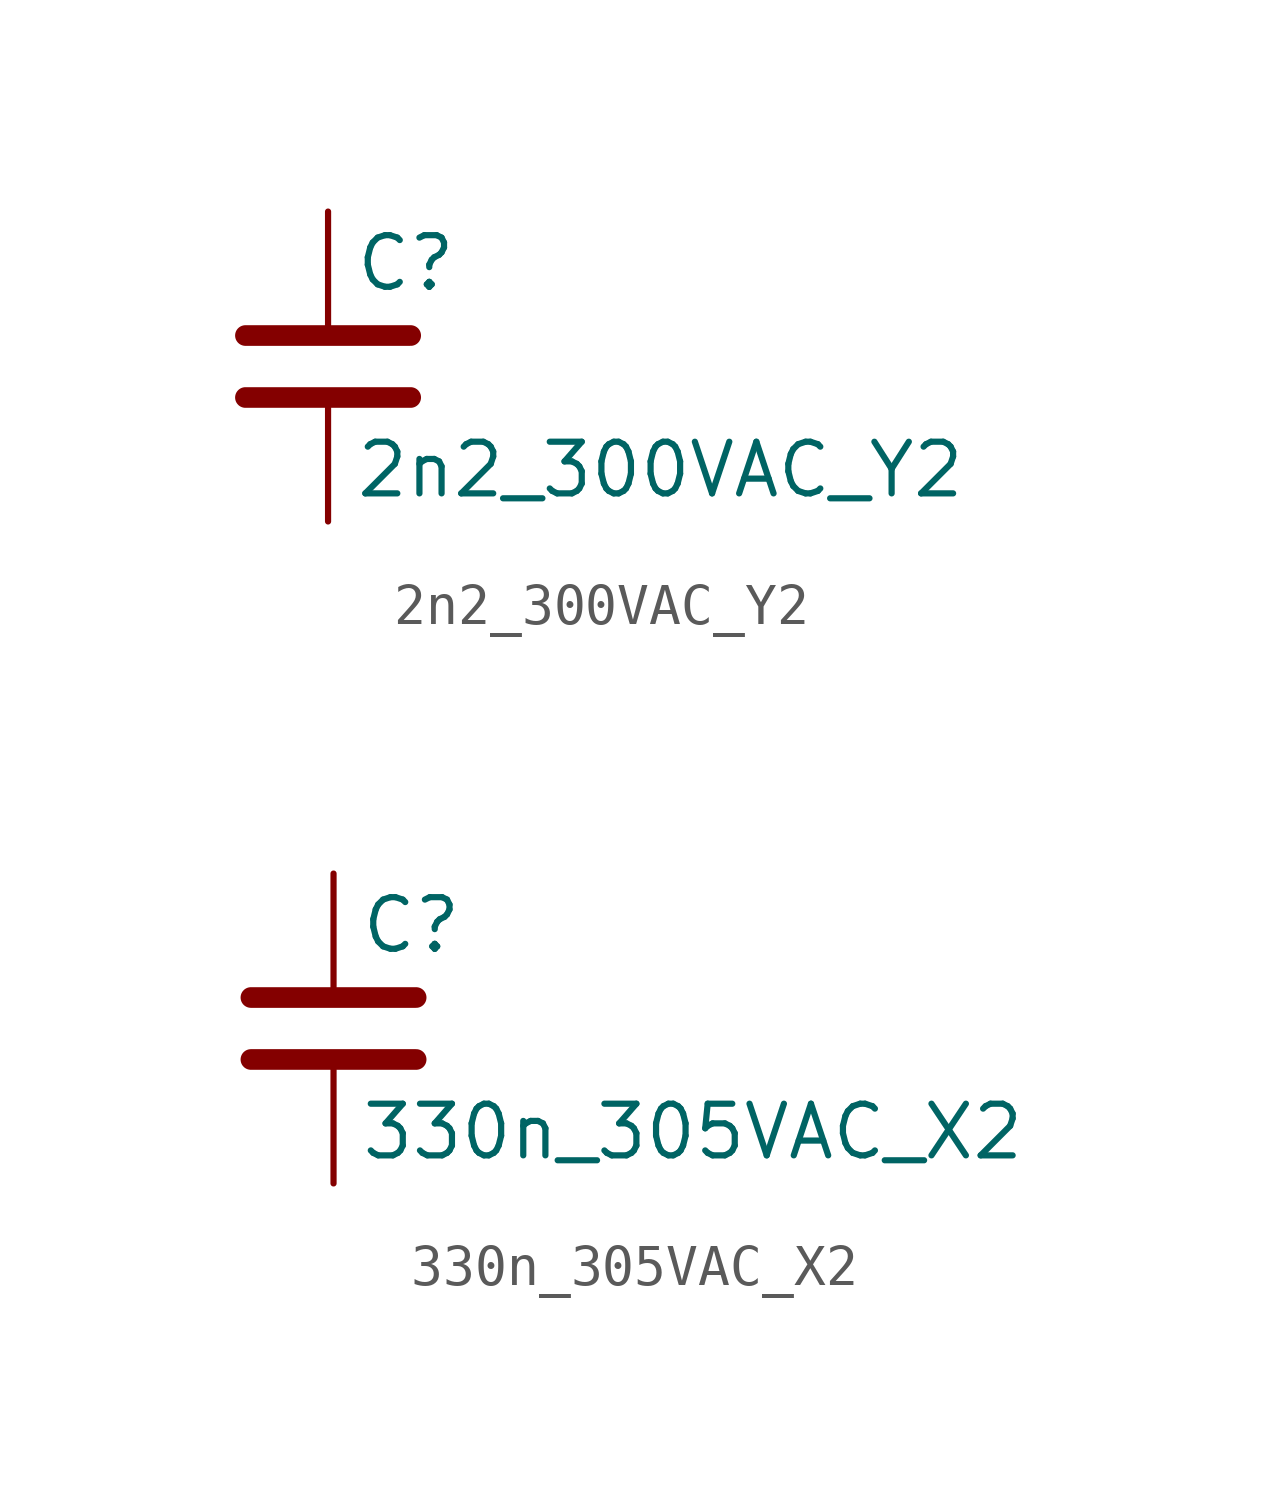
<source format=kicad_sym>
(kicad_symbol_lib
  (version 20220914)
  (generator kicad_db_lib)
  (symbol "2n2_300VAC_Y2"
    (pin_numbers hide)
    (pin_names
      (offset 0.254))
    (property "Reference" "C"
      (at 0.635 2.54 0)
      (effects (font (size 1.27 1.27)) (justify left)))
    (property "Value" "2n2_300VAC_Y2"
      (at 0.635 -2.54 0)
      (effects (font (size 1.27 1.27)) (justify left)))
    (symbol "2n2_300VAC_Y2_0_1"
      (polyline (pts (xy -2.032 -0.762) (xy 2.032 -0.762)) (stroke (width 0.508) (type default)) (fill (type none)))
      (polyline (pts (xy -2.032 0.762) (xy 2.032 0.762)) (stroke (width 0.508) (type default)) (fill (type none))))
    (symbol "2n2_300VAC_Y2_1_1"
      (pin passive line (at 0 3.81 270) (length 2.794) (name "~" (effects (font (size 1.27 1.27)))) (number "1" (effects (font (size 1.27 1.27)))))
      (pin passive line (at 0 -3.81 90) (length 2.794) (name "~" (effects (font (size 1.27 1.27)))) (number "2" (effects (font (size 1.27 1.27)))))))
  (symbol "330n_305VAC_X2"
    (pin_numbers hide)
    (pin_names
      (offset 0.254))
    (property "Reference" "C"
      (at 0.635 2.54 0)
      (effects (font (size 1.27 1.27)) (justify left)))
    (property "Value" "330n_305VAC_X2"
      (at 0.635 -2.54 0)
      (effects (font (size 1.27 1.27)) (justify left)))
    (symbol "330n_305VAC_X2_0_1"
      (polyline (pts (xy -2.032 -0.762) (xy 2.032 -0.762)) (stroke (width 0.508) (type default)) (fill (type none)))
      (polyline (pts (xy -2.032 0.762) (xy 2.032 0.762)) (stroke (width 0.508) (type default)) (fill (type none))))
    (symbol "330n_305VAC_X2_1_1"
      (pin passive line (at 0 3.81 270) (length 2.794) (name "~" (effects (font (size 1.27 1.27)))) (number "1" (effects (font (size 1.27 1.27)))))
      (pin passive line (at 0 -3.81 90) (length 2.794) (name "~" (effects (font (size 1.27 1.27)))) (number "2" (effects (font (size 1.27 1.27))))))))
</source>
